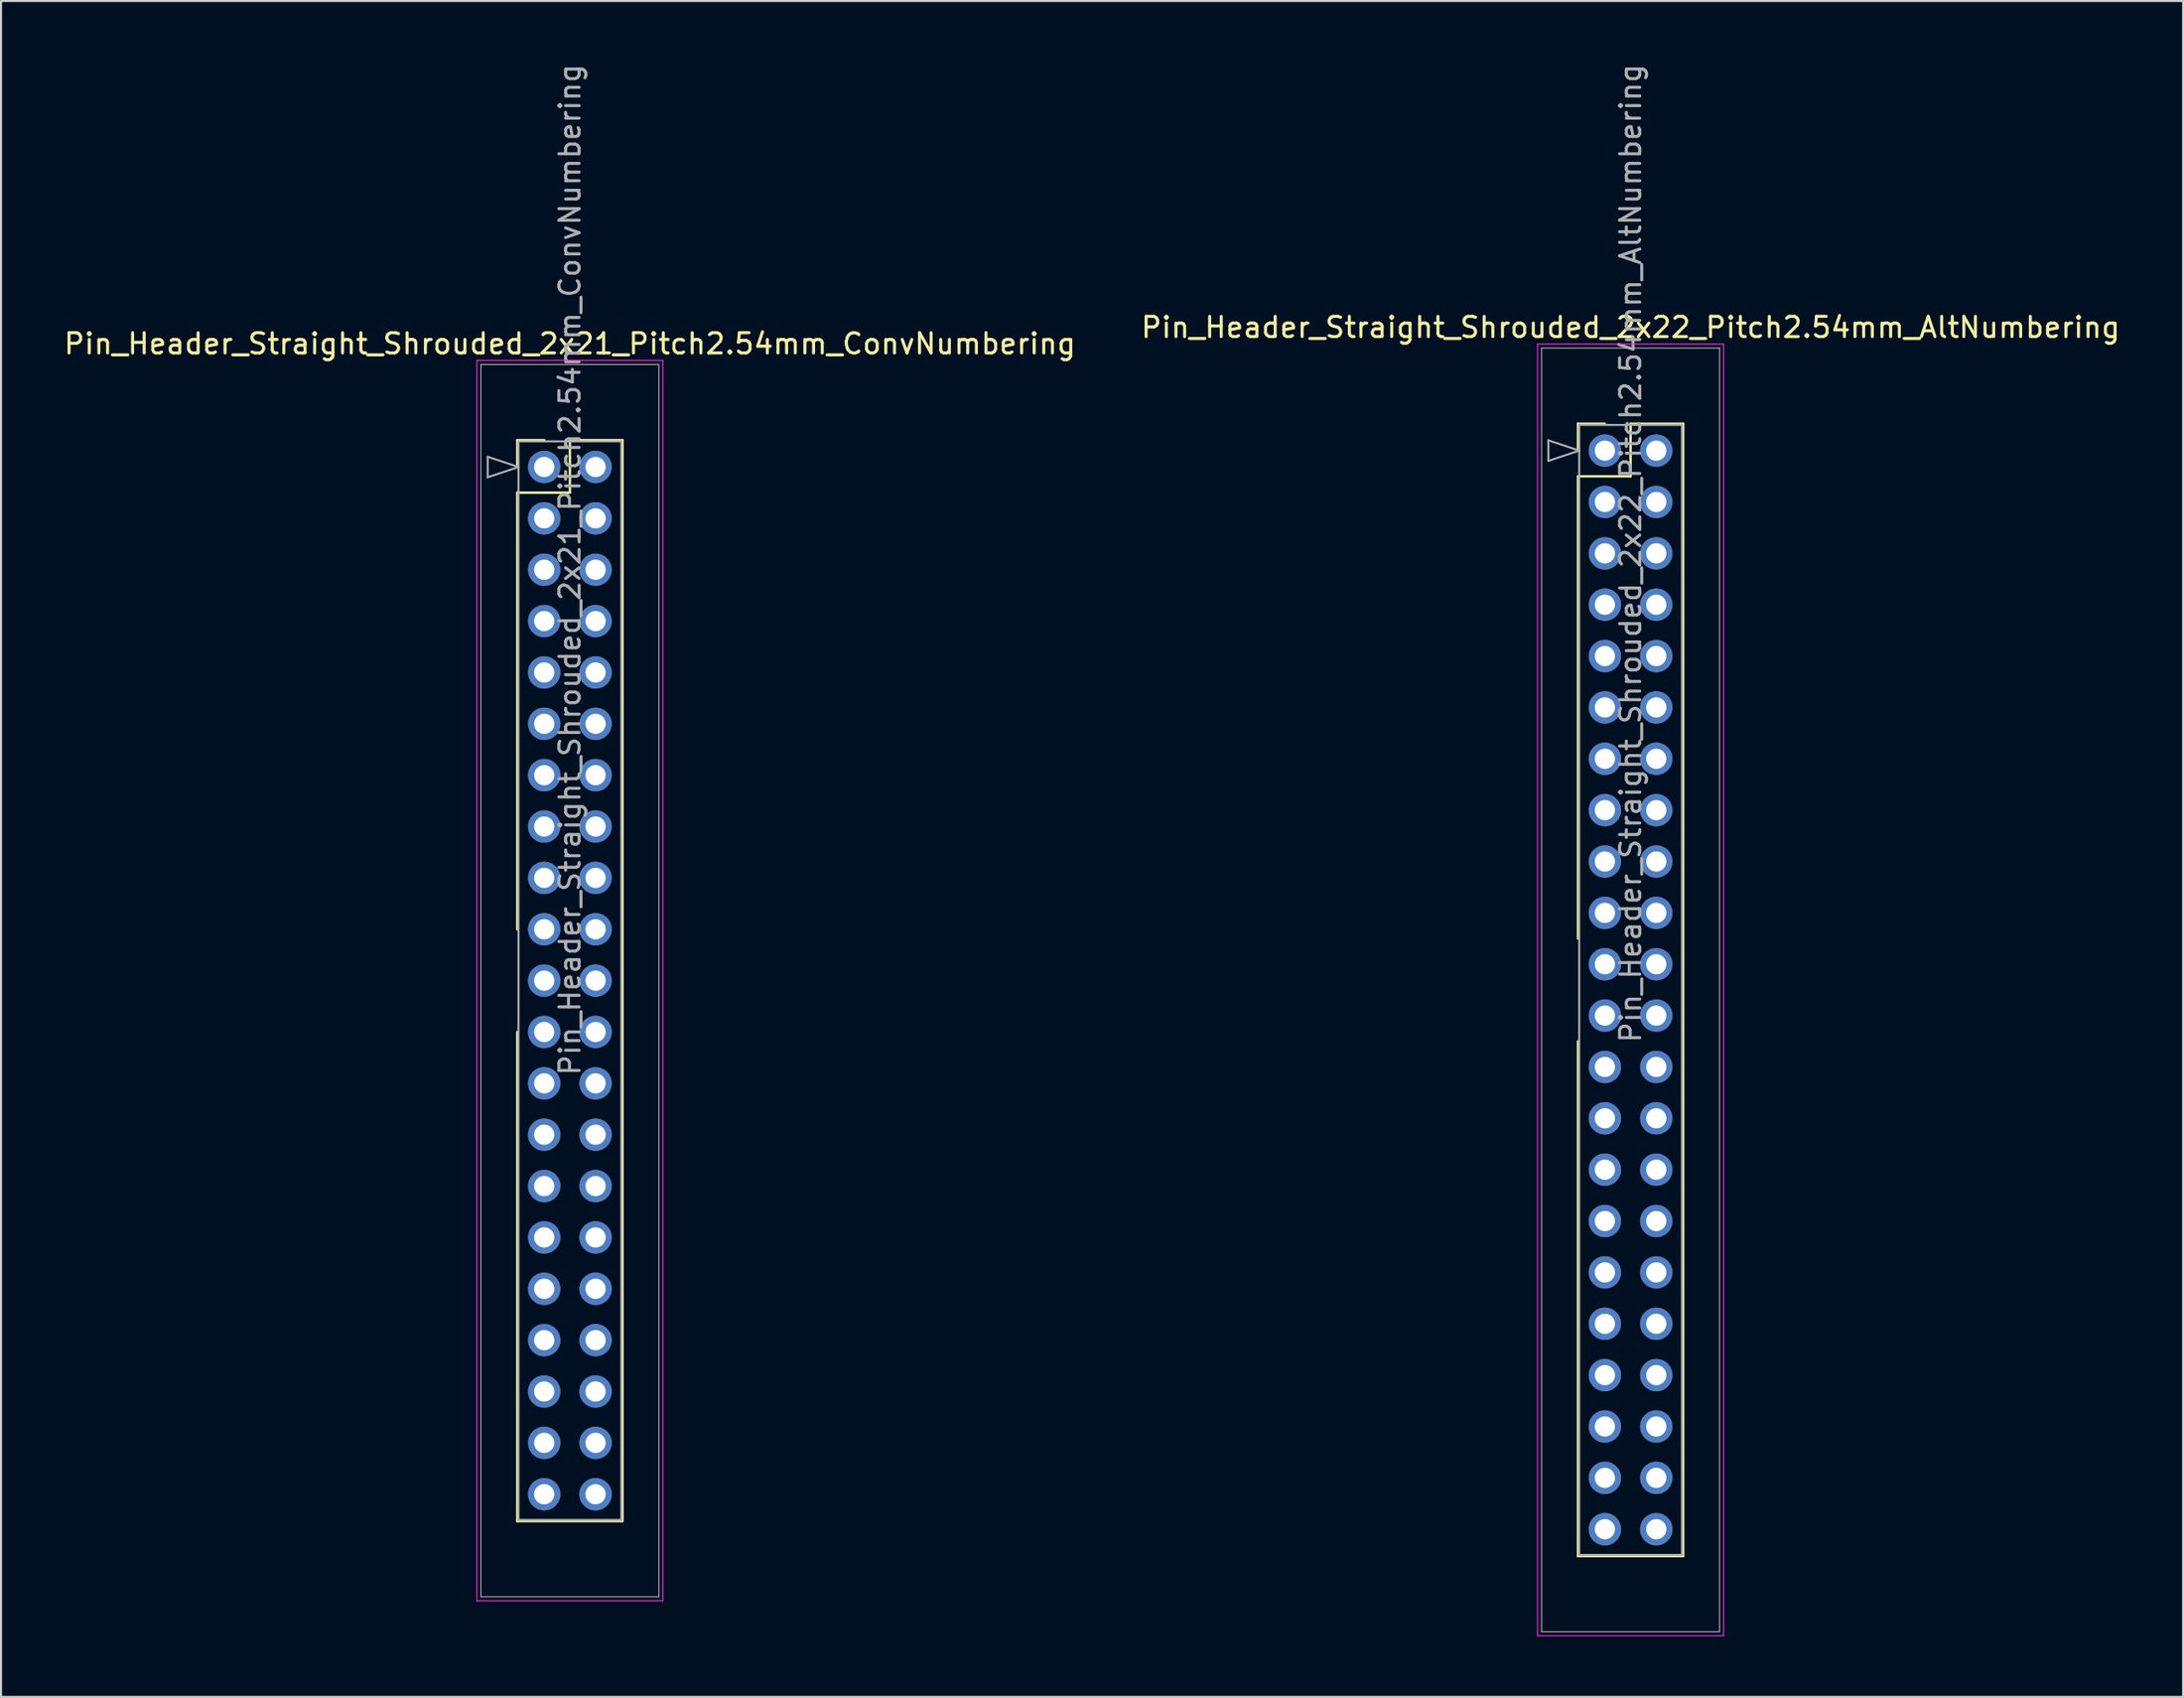
<source format=kicad_pcb>
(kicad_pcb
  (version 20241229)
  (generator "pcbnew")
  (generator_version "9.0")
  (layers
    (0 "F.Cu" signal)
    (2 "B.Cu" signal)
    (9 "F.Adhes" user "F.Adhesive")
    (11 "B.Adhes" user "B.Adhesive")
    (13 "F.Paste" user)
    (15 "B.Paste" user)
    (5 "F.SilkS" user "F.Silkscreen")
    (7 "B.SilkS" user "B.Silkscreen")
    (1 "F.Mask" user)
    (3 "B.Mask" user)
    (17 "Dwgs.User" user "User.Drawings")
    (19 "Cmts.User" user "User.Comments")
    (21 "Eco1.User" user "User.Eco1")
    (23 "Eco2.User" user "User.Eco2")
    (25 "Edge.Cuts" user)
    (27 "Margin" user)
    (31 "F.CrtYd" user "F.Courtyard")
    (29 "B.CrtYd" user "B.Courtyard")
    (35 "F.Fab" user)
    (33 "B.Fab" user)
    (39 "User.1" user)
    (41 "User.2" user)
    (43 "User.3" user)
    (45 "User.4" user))
  (footprint "Pin_Header_Straight_Shrouded_2x21_Pitch2.54mm_ConvNumbering"
    (layer "F.Cu")
    (at 23.855 20.045)
    (property "Reference" "Pin_Header_Straight_Shrouded_2x21_Pitch2.54mm_ConvNumbering" (at 1.27 -6.096 0) (layer "F.SilkS") (effects (font (size 1 1) (thickness 0.15))))
    (attr through_hole)
    (fp_line (start -1.33 -1.33) (end 0 -1.33) (stroke (width 0.12) (type solid)) (layer "F.SilkS"))
    (fp_line (start -1.33 0) (end -1.33 -1.33) (stroke (width 0.12) (type solid)) (layer "F.SilkS"))
    (fp_line (start -1.33 1.27) (end -1.33 22.86) (stroke (width 0.12) (type solid)) (layer "F.SilkS"))
    (fp_line (start -1.33 1.27) (end 1.27 1.27) (stroke (width 0.12) (type solid)) (layer "F.SilkS"))
    (fp_line (start -1.33 27.94) (end -1.33 52.13) (stroke (width 0.12) (type solid)) (layer "F.SilkS"))
    (fp_line (start -1.33 52.13) (end 3.87 52.13) (stroke (width 0.12) (type solid)) (layer "F.SilkS"))
    (fp_line (start 1.27 -1.33) (end 3.87 -1.33) (stroke (width 0.12) (type solid)) (layer "F.SilkS"))
    (fp_line (start 1.27 1.27) (end 1.27 -1.33) (stroke (width 0.12) (type solid)) (layer "F.SilkS"))
    (fp_line (start 3.87 -1.33) (end 3.87 52.13) (stroke (width 0.12) (type solid)) (layer "F.SilkS"))
    (fp_line (start -3.33 -5.27) (end -3.33 56.07) (stroke (width 0.05) (type solid)) (layer "F.CrtYd"))
    (fp_line (start -3.33 56.07) (end 5.87 56.07) (stroke (width 0.05) (type solid)) (layer "F.CrtYd"))
    (fp_line (start 5.87 -5.27) (end -3.33 -5.27) (stroke (width 0.05) (type solid)) (layer "F.CrtYd"))
    (fp_line (start 5.87 56.07) (end 5.87 -5.27) (stroke (width 0.05) (type solid)) (layer "F.CrtYd"))
    (fp_line (start -3.13 -5.07) (end -3.13 55.87) (stroke (width 0.05) (type solid)) (layer "F.Fab"))
    (fp_line (start -3.13 55.87) (end 5.67 55.87) (stroke (width 0.05) (type solid)) (layer "F.Fab"))
    (fp_line (start -2.794 -0.508) (end -1.27 0) (stroke (width 0.1) (type solid)) (layer "F.Fab"))
    (fp_line (start -2.794 0.508) (end -2.794 -0.508) (stroke (width 0.1) (type solid)) (layer "F.Fab"))
    (fp_line (start -1.27 -1.27) (end -1.27 52.07) (stroke (width 0.1) (type solid)) (layer "F.Fab"))
    (fp_line (start -1.27 0) (end -2.794 0.508) (stroke (width 0.1) (type solid)) (layer "F.Fab"))
    (fp_line (start -1.27 52.07) (end 3.81 52.07) (stroke (width 0.1) (type solid)) (layer "F.Fab"))
    (fp_line (start 3.81 -1.27) (end -1.27 -1.27) (stroke (width 0.1) (type solid)) (layer "F.Fab"))
    (fp_line (start 3.81 52.07) (end 3.81 -1.27) (stroke (width 0.1) (type solid)) (layer "F.Fab"))
    (fp_line (start 5.67 -5.07) (end -3.13 -5.07) (stroke (width 0.05) (type solid)) (layer "F.Fab"))
    (fp_line (start 5.67 55.87) (end 5.67 -5.07) (stroke (width 0.05) (type solid)) (layer "F.Fab"))
    (fp_text user "${REFERENCE}" (at 1.27 5.08 90) (layer "F.Fab") (effects (font (size 1 1) (thickness 0.15))))
    (pad "1" thru_hole oval (at 0 0) (size 1.6 1.6) (drill 1) (layers "*.Cu" "*.Mask"))
    (pad "2" thru_hole oval (at 2.54 0) (size 1.6 1.6) (drill 1) (layers "*.Cu" "*.Mask"))
    (pad "3" thru_hole oval (at 0 2.54) (size 1.6 1.6) (drill 1) (layers "*.Cu" "*.Mask"))
    (pad "4" thru_hole oval (at 2.54 2.54) (size 1.6 1.6) (drill 1) (layers "*.Cu" "*.Mask"))
    (pad "5" thru_hole oval (at 0 5.08) (size 1.6 1.6) (drill 1) (layers "*.Cu" "*.Mask"))
    (pad "6" thru_hole oval (at 2.54 5.08) (size 1.6 1.6) (drill 1) (layers "*.Cu" "*.Mask"))
    (pad "7" thru_hole oval (at 0 7.62) (size 1.6 1.6) (drill 1) (layers "*.Cu" "*.Mask"))
    (pad "8" thru_hole oval (at 2.54 7.62) (size 1.6 1.6) (drill 1) (layers "*.Cu" "*.Mask"))
    (pad "9" thru_hole oval (at 0 10.16) (size 1.6 1.6) (drill 1) (layers "*.Cu" "*.Mask"))
    (pad "10" thru_hole oval (at 2.54 10.16) (size 1.6 1.6) (drill 1) (layers "*.Cu" "*.Mask"))
    (pad "11" thru_hole oval (at 0 12.7) (size 1.6 1.6) (drill 1) (layers "*.Cu" "*.Mask"))
    (pad "12" thru_hole oval (at 2.54 12.7) (size 1.6 1.6) (drill 1) (layers "*.Cu" "*.Mask"))
    (pad "13" thru_hole oval (at 0 15.24) (size 1.6 1.6) (drill 1) (layers "*.Cu" "*.Mask"))
    (pad "14" thru_hole oval (at 2.54 15.24) (size 1.6 1.6) (drill 1) (layers "*.Cu" "*.Mask"))
    (pad "15" thru_hole oval (at 0 17.78) (size 1.6 1.6) (drill 1) (layers "*.Cu" "*.Mask"))
    (pad "16" thru_hole oval (at 2.54 17.78) (size 1.6 1.6) (drill 1) (layers "*.Cu" "*.Mask"))
    (pad "17" thru_hole oval (at 0 20.32) (size 1.6 1.6) (drill 1) (layers "*.Cu" "*.Mask"))
    (pad "18" thru_hole oval (at 2.54 20.32) (size 1.6 1.6) (drill 1) (layers "*.Cu" "*.Mask"))
    (pad "19" thru_hole oval (at 0 22.86) (size 1.6 1.6) (drill 1) (layers "*.Cu" "*.Mask"))
    (pad "20" thru_hole oval (at 2.54 22.86) (size 1.6 1.6) (drill 1) (layers "*.Cu" "*.Mask"))
    (pad "21" thru_hole oval (at 0 25.4) (size 1.6 1.6) (drill 1) (layers "*.Cu" "*.Mask"))
    (pad "22" thru_hole oval (at 2.54 25.4) (size 1.6 1.6) (drill 1) (layers "*.Cu" "*.Mask"))
    (pad "23" thru_hole oval (at 0 27.94) (size 1.6 1.6) (drill 1) (layers "*.Cu" "*.Mask"))
    (pad "24" thru_hole oval (at 2.54 27.94) (size 1.6 1.6) (drill 1) (layers "*.Cu" "*.Mask"))
    (pad "25" thru_hole oval (at 0 30.48) (size 1.6 1.6) (drill 1) (layers "*.Cu" "*.Mask"))
    (pad "26" thru_hole oval (at 2.54 30.48) (size 1.6 1.6) (drill 1) (layers "*.Cu" "*.Mask"))
    (pad "27" thru_hole oval (at 0 33.02) (size 1.6 1.6) (drill 1) (layers "*.Cu" "*.Mask"))
    (pad "28" thru_hole oval (at 2.54 33.02) (size 1.6 1.6) (drill 1) (layers "*.Cu" "*.Mask"))
    (pad "29" thru_hole oval (at 0 35.56) (size 1.6 1.6) (drill 1) (layers "*.Cu" "*.Mask"))
    (pad "30" thru_hole oval (at 2.54 35.56) (size 1.6 1.6) (drill 1) (layers "*.Cu" "*.Mask"))
    (pad "31" thru_hole oval (at 0 38.1) (size 1.6 1.6) (drill 1) (layers "*.Cu" "*.Mask"))
    (pad "32" thru_hole oval (at 2.54 38.1) (size 1.6 1.6) (drill 1) (layers "*.Cu" "*.Mask"))
    (pad "33" thru_hole oval (at 0 40.64) (size 1.6 1.6) (drill 1) (layers "*.Cu" "*.Mask"))
    (pad "34" thru_hole oval (at 2.54 40.64) (size 1.6 1.6) (drill 1) (layers "*.Cu" "*.Mask"))
    (pad "35" thru_hole oval (at 0 43.18) (size 1.6 1.6) (drill 1) (layers "*.Cu" "*.Mask"))
    (pad "36" thru_hole oval (at 2.54 43.18) (size 1.6 1.6) (drill 1) (layers "*.Cu" "*.Mask"))
    (pad "37" thru_hole oval (at 0 45.72) (size 1.6 1.6) (drill 1) (layers "*.Cu" "*.Mask"))
    (pad "38" thru_hole oval (at 2.54 45.72) (size 1.6 1.6) (drill 1) (layers "*.Cu" "*.Mask"))
    (pad "39" thru_hole oval (at 0 48.26) (size 1.6 1.6) (drill 1) (layers "*.Cu" "*.Mask"))
    (pad "40" thru_hole oval (at 2.54 48.26) (size 1.6 1.6) (drill 1) (layers "*.Cu" "*.Mask"))
    (pad "41" thru_hole oval (at 0 50.8) (size 1.6 1.6) (drill 1) (layers "*.Cu" "*.Mask"))
    (pad "42" thru_hole oval (at 2.54 50.8) (size 1.6 1.6) (drill 1) (layers "*.Cu" "*.Mask")))
  (footprint "Pin_Header_Straight_Shrouded_2x22_Pitch2.54mm_AltNumbering"
    (layer "F.Cu")
    (at 76.295 19.235)
    (property "Reference" "Pin_Header_Straight_Shrouded_2x22_Pitch2.54mm_AltNumbering" (at 1.27 -6.096 0) (layer "F.SilkS") (effects (font (size 1 1) (thickness 0.15))))
    (attr through_hole)
    (fp_line (start -1.33 -1.33) (end 0 -1.33) (stroke (width 0.12) (type solid)) (layer "F.SilkS"))
    (fp_line (start -1.33 0) (end -1.33 -1.33) (stroke (width 0.12) (type solid)) (layer "F.SilkS"))
    (fp_line (start -1.33 1.27) (end -1.33 24.13) (stroke (width 0.12) (type solid)) (layer "F.SilkS"))
    (fp_line (start -1.33 1.27) (end 1.27 1.27) (stroke (width 0.12) (type solid)) (layer "F.SilkS"))
    (fp_line (start -1.33 29.21) (end -1.33 54.67) (stroke (width 0.12) (type solid)) (layer "F.SilkS"))
    (fp_line (start -1.33 54.67) (end 3.87 54.67) (stroke (width 0.12) (type solid)) (layer "F.SilkS"))
    (fp_line (start 1.27 -1.33) (end 3.87 -1.33) (stroke (width 0.12) (type solid)) (layer "F.SilkS"))
    (fp_line (start 1.27 1.27) (end 1.27 -1.33) (stroke (width 0.12) (type solid)) (layer "F.SilkS"))
    (fp_line (start 3.87 -1.33) (end 3.87 54.67) (stroke (width 0.12) (type solid)) (layer "F.SilkS"))
    (fp_line (start -3.33 -5.27) (end -3.33 58.61) (stroke (width 0.05) (type solid)) (layer "F.CrtYd"))
    (fp_line (start -3.33 58.61) (end 5.87 58.61) (stroke (width 0.05) (type solid)) (layer "F.CrtYd"))
    (fp_line (start 5.87 -5.27) (end -3.33 -5.27) (stroke (width 0.05) (type solid)) (layer "F.CrtYd"))
    (fp_line (start 5.87 58.61) (end 5.87 -5.27) (stroke (width 0.05) (type solid)) (layer "F.CrtYd"))
    (fp_line (start -3.13 -5.07) (end -3.13 58.41) (stroke (width 0.05) (type solid)) (layer "F.Fab"))
    (fp_line (start -3.13 58.41) (end 5.67 58.41) (stroke (width 0.05) (type solid)) (layer "F.Fab"))
    (fp_line (start -2.794 -0.508) (end -1.27 0) (stroke (width 0.1) (type solid)) (layer "F.Fab"))
    (fp_line (start -2.794 0.508) (end -2.794 -0.508) (stroke (width 0.1) (type solid)) (layer "F.Fab"))
    (fp_line (start -1.27 -1.27) (end -1.27 54.61) (stroke (width 0.1) (type solid)) (layer "F.Fab"))
    (fp_line (start -1.27 0) (end -2.794 0.508) (stroke (width 0.1) (type solid)) (layer "F.Fab"))
    (fp_line (start -1.27 54.61) (end 3.81 54.61) (stroke (width 0.1) (type solid)) (layer "F.Fab"))
    (fp_line (start 3.81 -1.27) (end -1.27 -1.27) (stroke (width 0.1) (type solid)) (layer "F.Fab"))
    (fp_line (start 3.81 54.61) (end 3.81 -1.27) (stroke (width 0.1) (type solid)) (layer "F.Fab"))
    (fp_line (start 5.67 -5.07) (end -3.13 -5.07) (stroke (width 0.05) (type solid)) (layer "F.Fab"))
    (fp_line (start 5.67 58.41) (end 5.67 -5.07) (stroke (width 0.05) (type solid)) (layer "F.Fab"))
    (fp_text user "${REFERENCE}" (at 1.27 5.08 90) (layer "F.Fab") (effects (font (size 1 1) (thickness 0.15))))
    (pad "1" thru_hole oval (at 0 0) (size 1.6 1.6) (drill 1) (layers "*.Cu" "*.Mask"))
    (pad "2" thru_hole oval (at 0 2.54) (size 1.6 1.6) (drill 1) (layers "*.Cu" "*.Mask"))
    (pad "3" thru_hole oval (at 0 5.08) (size 1.6 1.6) (drill 1) (layers "*.Cu" "*.Mask"))
    (pad "4" thru_hole oval (at 0 7.62) (size 1.6 1.6) (drill 1) (layers "*.Cu" "*.Mask"))
    (pad "5" thru_hole oval (at 0 10.16) (size 1.6 1.6) (drill 1) (layers "*.Cu" "*.Mask"))
    (pad "6" thru_hole oval (at 0 12.7) (size 1.6 1.6) (drill 1) (layers "*.Cu" "*.Mask"))
    (pad "7" thru_hole oval (at 0 15.24) (size 1.6 1.6) (drill 1) (layers "*.Cu" "*.Mask"))
    (pad "8" thru_hole oval (at 0 17.78) (size 1.6 1.6) (drill 1) (layers "*.Cu" "*.Mask"))
    (pad "9" thru_hole oval (at 0 20.32) (size 1.6 1.6) (drill 1) (layers "*.Cu" "*.Mask"))
    (pad "10" thru_hole oval (at 0 22.86) (size 1.6 1.6) (drill 1) (layers "*.Cu" "*.Mask"))
    (pad "11" thru_hole oval (at 0 25.4) (size 1.6 1.6) (drill 1) (layers "*.Cu" "*.Mask"))
    (pad "12" thru_hole oval (at 0 27.94) (size 1.6 1.6) (drill 1) (layers "*.Cu" "*.Mask"))
    (pad "13" thru_hole oval (at 0 30.48) (size 1.6 1.6) (drill 1) (layers "*.Cu" "*.Mask"))
    (pad "14" thru_hole oval (at 0 33.02) (size 1.6 1.6) (drill 1) (layers "*.Cu" "*.Mask"))
    (pad "15" thru_hole oval (at 0 35.56) (size 1.6 1.6) (drill 1) (layers "*.Cu" "*.Mask"))
    (pad "16" thru_hole oval (at 0 38.1) (size 1.6 1.6) (drill 1) (layers "*.Cu" "*.Mask"))
    (pad "17" thru_hole oval (at 0 40.64) (size 1.6 1.6) (drill 1) (layers "*.Cu" "*.Mask"))
    (pad "18" thru_hole oval (at 0 43.18) (size 1.6 1.6) (drill 1) (layers "*.Cu" "*.Mask"))
    (pad "19" thru_hole oval (at 0 45.72) (size 1.6 1.6) (drill 1) (layers "*.Cu" "*.Mask"))
    (pad "20" thru_hole oval (at 0 48.26) (size 1.6 1.6) (drill 1) (layers "*.Cu" "*.Mask"))
    (pad "21" thru_hole oval (at 0 50.8) (size 1.6 1.6) (drill 1) (layers "*.Cu" "*.Mask"))
    (pad "22" thru_hole oval (at 0 53.34) (size 1.6 1.6) (drill 1) (layers "*.Cu" "*.Mask"))
    (pad "23" thru_hole oval (at 2.54 0) (size 1.6 1.6) (drill 1) (layers "*.Cu" "*.Mask"))
    (pad "24" thru_hole oval (at 2.54 2.54) (size 1.6 1.6) (drill 1) (layers "*.Cu" "*.Mask"))
    (pad "25" thru_hole oval (at 2.54 5.08) (size 1.6 1.6) (drill 1) (layers "*.Cu" "*.Mask"))
    (pad "26" thru_hole oval (at 2.54 7.62) (size 1.6 1.6) (drill 1) (layers "*.Cu" "*.Mask"))
    (pad "27" thru_hole oval (at 2.54 10.16) (size 1.6 1.6) (drill 1) (layers "*.Cu" "*.Mask"))
    (pad "28" thru_hole oval (at 2.54 12.7) (size 1.6 1.6) (drill 1) (layers "*.Cu" "*.Mask"))
    (pad "29" thru_hole oval (at 2.54 15.24) (size 1.6 1.6) (drill 1) (layers "*.Cu" "*.Mask"))
    (pad "30" thru_hole oval (at 2.54 17.78) (size 1.6 1.6) (drill 1) (layers "*.Cu" "*.Mask"))
    (pad "31" thru_hole oval (at 2.54 20.32) (size 1.6 1.6) (drill 1) (layers "*.Cu" "*.Mask"))
    (pad "32" thru_hole oval (at 2.54 22.86) (size 1.6 1.6) (drill 1) (layers "*.Cu" "*.Mask"))
    (pad "33" thru_hole oval (at 2.54 25.4) (size 1.6 1.6) (drill 1) (layers "*.Cu" "*.Mask"))
    (pad "34" thru_hole oval (at 2.54 27.94) (size 1.6 1.6) (drill 1) (layers "*.Cu" "*.Mask"))
    (pad "35" thru_hole oval (at 2.54 30.48) (size 1.6 1.6) (drill 1) (layers "*.Cu" "*.Mask"))
    (pad "36" thru_hole oval (at 2.54 33.02) (size 1.6 1.6) (drill 1) (layers "*.Cu" "*.Mask"))
    (pad "37" thru_hole oval (at 2.54 35.56) (size 1.6 1.6) (drill 1) (layers "*.Cu" "*.Mask"))
    (pad "38" thru_hole oval (at 2.54 38.1) (size 1.6 1.6) (drill 1) (layers "*.Cu" "*.Mask"))
    (pad "39" thru_hole oval (at 2.54 40.64) (size 1.6 1.6) (drill 1) (layers "*.Cu" "*.Mask"))
    (pad "40" thru_hole oval (at 2.54 43.18) (size 1.6 1.6) (drill 1) (layers "*.Cu" "*.Mask"))
    (pad "41" thru_hole oval (at 2.54 45.72) (size 1.6 1.6) (drill 1) (layers "*.Cu" "*.Mask"))
    (pad "42" thru_hole oval (at 2.54 48.26) (size 1.6 1.6) (drill 1) (layers "*.Cu" "*.Mask"))
    (pad "43" thru_hole oval (at 2.54 50.8) (size 1.6 1.6) (drill 1) (layers "*.Cu" "*.Mask"))
    (pad "44" thru_hole oval (at 2.54 53.34) (size 1.6 1.6) (drill 1) (layers "*.Cu" "*.Mask")))
  (gr_rect
    (start -3 -3)
    (end 104.881 80.87)
    (stroke (width 0.1) (type default))
    (fill no)
    (layer "Edge.Cuts")))
</source>
